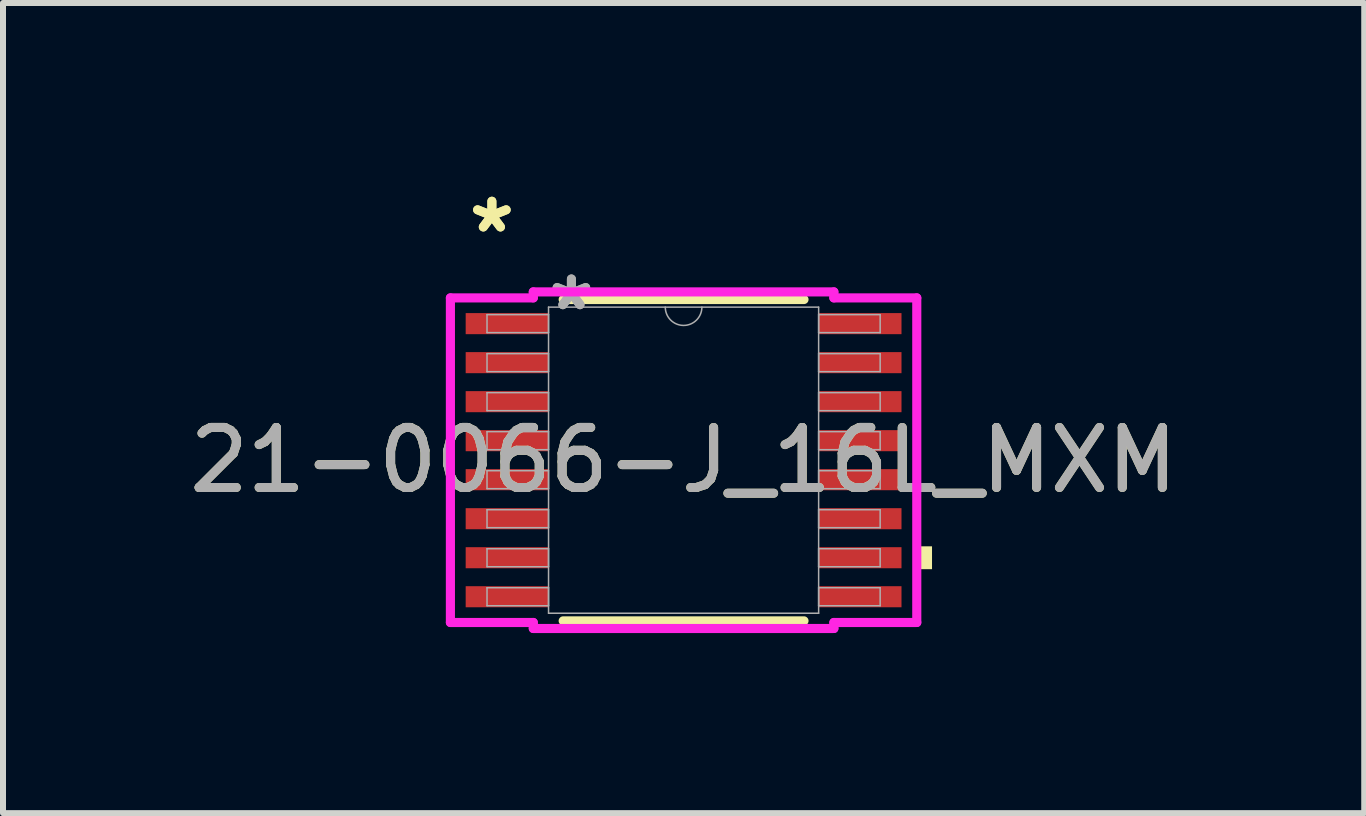
<source format=kicad_pcb>
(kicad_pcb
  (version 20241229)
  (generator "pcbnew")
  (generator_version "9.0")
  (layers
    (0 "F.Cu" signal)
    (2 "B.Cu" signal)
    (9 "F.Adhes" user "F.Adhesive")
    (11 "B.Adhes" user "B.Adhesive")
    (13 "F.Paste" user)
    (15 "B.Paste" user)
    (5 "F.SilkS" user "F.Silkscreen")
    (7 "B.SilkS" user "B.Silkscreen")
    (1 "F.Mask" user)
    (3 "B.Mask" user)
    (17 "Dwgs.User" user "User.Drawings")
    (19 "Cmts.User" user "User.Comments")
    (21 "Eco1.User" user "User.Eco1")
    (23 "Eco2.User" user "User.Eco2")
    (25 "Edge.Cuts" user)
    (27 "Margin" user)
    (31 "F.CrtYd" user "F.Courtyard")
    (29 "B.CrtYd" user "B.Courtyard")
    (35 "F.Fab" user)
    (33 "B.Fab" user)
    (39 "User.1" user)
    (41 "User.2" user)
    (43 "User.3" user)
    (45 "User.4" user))
  (footprint "21-0066-J_16L_MXM"
    (layer "F.Cu")
    (at 8.339 4.617)
    (property "Reference" "21-0066-J_16L_MXM" (at 0 0 0) (unlocked yes) (layer "F.SilkS") (effects (font (size 1 1) (thickness 0.15))))
    (attr smd)
    (fp_line (start -2.006 2.677) (end 2.006 2.677) (stroke (width 0.152) (type solid)) (layer "F.SilkS"))
    (fp_line (start 2.006 -2.677) (end -2.006 -2.677) (stroke (width 0.152) (type solid)) (layer "F.SilkS"))
    (fp_poly (pts (xy 4.139 1.435) (xy 4.139 1.816) (xy 3.885 1.816) (xy 3.885 1.435)) (stroke (width 0) (type solid)) (fill yes) (layer "F.SilkS"))
    (fp_line (start -3.885 -2.704) (end -2.504 -2.704) (stroke (width 0.152) (type solid)) (layer "F.CrtYd"))
    (fp_line (start -3.885 2.704) (end -3.885 -2.704) (stroke (width 0.152) (type solid)) (layer "F.CrtYd"))
    (fp_line (start -3.885 2.704) (end -2.504 2.704) (stroke (width 0.152) (type solid)) (layer "F.CrtYd"))
    (fp_line (start -2.504 -2.804) (end 2.504 -2.804) (stroke (width 0.152) (type solid)) (layer "F.CrtYd"))
    (fp_line (start -2.504 -2.704) (end -2.504 -2.804) (stroke (width 0.152) (type solid)) (layer "F.CrtYd"))
    (fp_line (start -2.504 2.804) (end -2.504 2.704) (stroke (width 0.152) (type solid)) (layer "F.CrtYd"))
    (fp_line (start 2.504 -2.804) (end 2.504 -2.704) (stroke (width 0.152) (type solid)) (layer "F.CrtYd"))
    (fp_line (start 2.504 2.704) (end 2.504 2.804) (stroke (width 0.152) (type solid)) (layer "F.CrtYd"))
    (fp_line (start 2.504 2.804) (end -2.504 2.804) (stroke (width 0.152) (type solid)) (layer "F.CrtYd"))
    (fp_line (start 3.885 -2.704) (end 2.504 -2.704) (stroke (width 0.152) (type solid)) (layer "F.CrtYd"))
    (fp_line (start 3.885 -2.704) (end 3.885 2.704) (stroke (width 0.152) (type solid)) (layer "F.CrtYd"))
    (fp_line (start 3.885 2.704) (end 2.504 2.704) (stroke (width 0.152) (type solid)) (layer "F.CrtYd"))
    (fp_line (start -3.275 -2.425) (end -3.275 -2.125) (stroke (width 0.025) (type solid)) (layer "F.Fab"))
    (fp_line (start -3.275 -2.125) (end -2.25 -2.125) (stroke (width 0.025) (type solid)) (layer "F.Fab"))
    (fp_line (start -3.275 -1.775) (end -3.275 -1.475) (stroke (width 0.025) (type solid)) (layer "F.Fab"))
    (fp_line (start -3.275 -1.475) (end -2.25 -1.475) (stroke (width 0.025) (type solid)) (layer "F.Fab"))
    (fp_line (start -3.275 -1.125) (end -3.275 -0.825) (stroke (width 0.025) (type solid)) (layer "F.Fab"))
    (fp_line (start -3.275 -0.825) (end -2.25 -0.825) (stroke (width 0.025) (type solid)) (layer "F.Fab"))
    (fp_line (start -3.275 -0.475) (end -3.275 -0.175) (stroke (width 0.025) (type solid)) (layer "F.Fab"))
    (fp_line (start -3.275 -0.175) (end -2.25 -0.175) (stroke (width 0.025) (type solid)) (layer "F.Fab"))
    (fp_line (start -3.275 0.175) (end -3.275 0.475) (stroke (width 0.025) (type solid)) (layer "F.Fab"))
    (fp_line (start -3.275 0.475) (end -2.25 0.475) (stroke (width 0.025) (type solid)) (layer "F.Fab"))
    (fp_line (start -3.275 0.825) (end -3.275 1.125) (stroke (width 0.025) (type solid)) (layer "F.Fab"))
    (fp_line (start -3.275 1.125) (end -2.25 1.125) (stroke (width 0.025) (type solid)) (layer "F.Fab"))
    (fp_line (start -3.275 1.475) (end -3.275 1.775) (stroke (width 0.025) (type solid)) (layer "F.Fab"))
    (fp_line (start -3.275 1.775) (end -2.25 1.775) (stroke (width 0.025) (type solid)) (layer "F.Fab"))
    (fp_line (start -3.275 2.125) (end -3.275 2.425) (stroke (width 0.025) (type solid)) (layer "F.Fab"))
    (fp_line (start -3.275 2.425) (end -2.25 2.425) (stroke (width 0.025) (type solid)) (layer "F.Fab"))
    (fp_line (start -2.25 -2.55) (end -2.25 2.55) (stroke (width 0.025) (type solid)) (layer "F.Fab"))
    (fp_line (start -2.25 -2.425) (end -3.275 -2.425) (stroke (width 0.025) (type solid)) (layer "F.Fab"))
    (fp_line (start -2.25 -2.125) (end -2.25 -2.425) (stroke (width 0.025) (type solid)) (layer "F.Fab"))
    (fp_line (start -2.25 -1.775) (end -3.275 -1.775) (stroke (width 0.025) (type solid)) (layer "F.Fab"))
    (fp_line (start -2.25 -1.475) (end -2.25 -1.775) (stroke (width 0.025) (type solid)) (layer "F.Fab"))
    (fp_line (start -2.25 -1.125) (end -3.275 -1.125) (stroke (width 0.025) (type solid)) (layer "F.Fab"))
    (fp_line (start -2.25 -0.825) (end -2.25 -1.125) (stroke (width 0.025) (type solid)) (layer "F.Fab"))
    (fp_line (start -2.25 -0.475) (end -3.275 -0.475) (stroke (width 0.025) (type solid)) (layer "F.Fab"))
    (fp_line (start -2.25 -0.175) (end -2.25 -0.475) (stroke (width 0.025) (type solid)) (layer "F.Fab"))
    (fp_line (start -2.25 0.175) (end -3.275 0.175) (stroke (width 0.025) (type solid)) (layer "F.Fab"))
    (fp_line (start -2.25 0.475) (end -2.25 0.175) (stroke (width 0.025) (type solid)) (layer "F.Fab"))
    (fp_line (start -2.25 0.825) (end -3.275 0.825) (stroke (width 0.025) (type solid)) (layer "F.Fab"))
    (fp_line (start -2.25 1.125) (end -2.25 0.825) (stroke (width 0.025) (type solid)) (layer "F.Fab"))
    (fp_line (start -2.25 1.475) (end -3.275 1.475) (stroke (width 0.025) (type solid)) (layer "F.Fab"))
    (fp_line (start -2.25 1.775) (end -2.25 1.475) (stroke (width 0.025) (type solid)) (layer "F.Fab"))
    (fp_line (start -2.25 2.125) (end -3.275 2.125) (stroke (width 0.025) (type solid)) (layer "F.Fab"))
    (fp_line (start -2.25 2.425) (end -2.25 2.125) (stroke (width 0.025) (type solid)) (layer "F.Fab"))
    (fp_line (start -2.25 2.55) (end 2.25 2.55) (stroke (width 0.025) (type solid)) (layer "F.Fab"))
    (fp_line (start 2.25 -2.55) (end -2.25 -2.55) (stroke (width 0.025) (type solid)) (layer "F.Fab"))
    (fp_line (start 2.25 -2.425) (end 2.25 -2.125) (stroke (width 0.025) (type solid)) (layer "F.Fab"))
    (fp_line (start 2.25 -2.125) (end 3.275 -2.125) (stroke (width 0.025) (type solid)) (layer "F.Fab"))
    (fp_line (start 2.25 -1.775) (end 2.25 -1.475) (stroke (width 0.025) (type solid)) (layer "F.Fab"))
    (fp_line (start 2.25 -1.475) (end 3.275 -1.475) (stroke (width 0.025) (type solid)) (layer "F.Fab"))
    (fp_line (start 2.25 -1.125) (end 2.25 -0.825) (stroke (width 0.025) (type solid)) (layer "F.Fab"))
    (fp_line (start 2.25 -0.825) (end 3.275 -0.825) (stroke (width 0.025) (type solid)) (layer "F.Fab"))
    (fp_line (start 2.25 -0.475) (end 2.25 -0.175) (stroke (width 0.025) (type solid)) (layer "F.Fab"))
    (fp_line (start 2.25 -0.175) (end 3.275 -0.175) (stroke (width 0.025) (type solid)) (layer "F.Fab"))
    (fp_line (start 2.25 0.175) (end 2.25 0.475) (stroke (width 0.025) (type solid)) (layer "F.Fab"))
    (fp_line (start 2.25 0.475) (end 3.275 0.475) (stroke (width 0.025) (type solid)) (layer "F.Fab"))
    (fp_line (start 2.25 0.825) (end 2.25 1.125) (stroke (width 0.025) (type solid)) (layer "F.Fab"))
    (fp_line (start 2.25 1.125) (end 3.275 1.125) (stroke (width 0.025) (type solid)) (layer "F.Fab"))
    (fp_line (start 2.25 1.475) (end 2.25 1.775) (stroke (width 0.025) (type solid)) (layer "F.Fab"))
    (fp_line (start 2.25 1.775) (end 3.275 1.775) (stroke (width 0.025) (type solid)) (layer "F.Fab"))
    (fp_line (start 2.25 2.125) (end 2.25 2.425) (stroke (width 0.025) (type solid)) (layer "F.Fab"))
    (fp_line (start 2.25 2.425) (end 3.275 2.425) (stroke (width 0.025) (type solid)) (layer "F.Fab"))
    (fp_line (start 2.25 2.55) (end 2.25 -2.55) (stroke (width 0.025) (type solid)) (layer "F.Fab"))
    (fp_line (start 3.275 -2.425) (end 2.25 -2.425) (stroke (width 0.025) (type solid)) (layer "F.Fab"))
    (fp_line (start 3.275 -2.125) (end 3.275 -2.425) (stroke (width 0.025) (type solid)) (layer "F.Fab"))
    (fp_line (start 3.275 -1.775) (end 2.25 -1.775) (stroke (width 0.025) (type solid)) (layer "F.Fab"))
    (fp_line (start 3.275 -1.475) (end 3.275 -1.775) (stroke (width 0.025) (type solid)) (layer "F.Fab"))
    (fp_line (start 3.275 -1.125) (end 2.25 -1.125) (stroke (width 0.025) (type solid)) (layer "F.Fab"))
    (fp_line (start 3.275 -0.825) (end 3.275 -1.125) (stroke (width 0.025) (type solid)) (layer "F.Fab"))
    (fp_line (start 3.275 -0.475) (end 2.25 -0.475) (stroke (width 0.025) (type solid)) (layer "F.Fab"))
    (fp_line (start 3.275 -0.175) (end 3.275 -0.475) (stroke (width 0.025) (type solid)) (layer "F.Fab"))
    (fp_line (start 3.275 0.175) (end 2.25 0.175) (stroke (width 0.025) (type solid)) (layer "F.Fab"))
    (fp_line (start 3.275 0.475) (end 3.275 0.175) (stroke (width 0.025) (type solid)) (layer "F.Fab"))
    (fp_line (start 3.275 0.825) (end 2.25 0.825) (stroke (width 0.025) (type solid)) (layer "F.Fab"))
    (fp_line (start 3.275 1.125) (end 3.275 0.825) (stroke (width 0.025) (type solid)) (layer "F.Fab"))
    (fp_line (start 3.275 1.475) (end 2.25 1.475) (stroke (width 0.025) (type solid)) (layer "F.Fab"))
    (fp_line (start 3.275 1.775) (end 3.275 1.475) (stroke (width 0.025) (type solid)) (layer "F.Fab"))
    (fp_line (start 3.275 2.125) (end 2.25 2.125) (stroke (width 0.025) (type solid)) (layer "F.Fab"))
    (fp_line (start 3.275 2.425) (end 3.275 2.125) (stroke (width 0.025) (type solid)) (layer "F.Fab"))
    (fp_arc (start 0.3048 -2.55) (mid 0 -2.2452) (end -0.3048 -2.55) (stroke (width 0.0254) (type solid)) (layer "F.Fab"))
    (fp_text user "*" (at -3.194 -3.769 0) (unlocked yes) (layer "F.SilkS") (effects (font (size 1 1) (thickness 0.15))))
    (fp_text user "*" (at -3.194 -3.769 0) (layer "F.SilkS") (effects (font (size 1 1) (thickness 0.15))))
    (fp_text user "*" (at -1.869 -2.474 0) (layer "F.Fab") (effects (font (size 1 1) (thickness 0.15))))
    (fp_text user "${REFERENCE}" (at 0 0 0) (unlocked yes) (layer "F.Fab") (effects (font (size 1 1) (thickness 0.15))))
    (fp_text user "*" (at -1.869 -2.474 0) (unlocked yes) (layer "F.Fab") (effects (font (size 1 1) (thickness 0.15))))
    (pad "1" smd rect (at -2.94 -2.275) (size 1.381 0.351) (layers "F.Cu" "F.Mask" "F.Paste"))
    (pad "2" smd rect (at -2.94 -1.625) (size 1.381 0.351) (layers "F.Cu" "F.Mask" "F.Paste"))
    (pad "3" smd rect (at -2.94 -0.975) (size 1.381 0.351) (layers "F.Cu" "F.Mask" "F.Paste"))
    (pad "4" smd rect (at -2.94 -0.325) (size 1.381 0.351) (layers "F.Cu" "F.Mask" "F.Paste"))
    (pad "5" smd rect (at -2.94 0.325) (size 1.381 0.351) (layers "F.Cu" "F.Mask" "F.Paste"))
    (pad "6" smd rect (at -2.94 0.975) (size 1.381 0.351) (layers "F.Cu" "F.Mask" "F.Paste"))
    (pad "7" smd rect (at -2.94 1.625) (size 1.381 0.351) (layers "F.Cu" "F.Mask" "F.Paste"))
    (pad "8" smd rect (at -2.94 2.275) (size 1.381 0.351) (layers "F.Cu" "F.Mask" "F.Paste"))
    (pad "9" smd rect (at 2.94 2.275) (size 1.381 0.351) (layers "F.Cu" "F.Mask" "F.Paste"))
    (pad "10" smd rect (at 2.94 1.625) (size 1.381 0.351) (layers "F.Cu" "F.Mask" "F.Paste"))
    (pad "11" smd rect (at 2.94 0.975) (size 1.381 0.351) (layers "F.Cu" "F.Mask" "F.Paste"))
    (pad "12" smd rect (at 2.94 0.325) (size 1.381 0.351) (layers "F.Cu" "F.Mask" "F.Paste"))
    (pad "13" smd rect (at 2.94 -0.325) (size 1.381 0.351) (layers "F.Cu" "F.Mask" "F.Paste"))
    (pad "14" smd rect (at 2.94 -0.975) (size 1.381 0.351) (layers "F.Cu" "F.Mask" "F.Paste"))
    (pad "15" smd rect (at 2.94 -1.625) (size 1.381 0.351) (layers "F.Cu" "F.Mask" "F.Paste"))
    (pad "16" smd rect (at 2.94 -2.275) (size 1.381 0.351) (layers "F.Cu" "F.Mask" "F.Paste")))
  (gr_rect
    (start -3 -3)
    (end 19.679 10.497)
    (stroke (width 0.1) (type default))
    (fill no)
    (layer "Edge.Cuts")))
</source>
